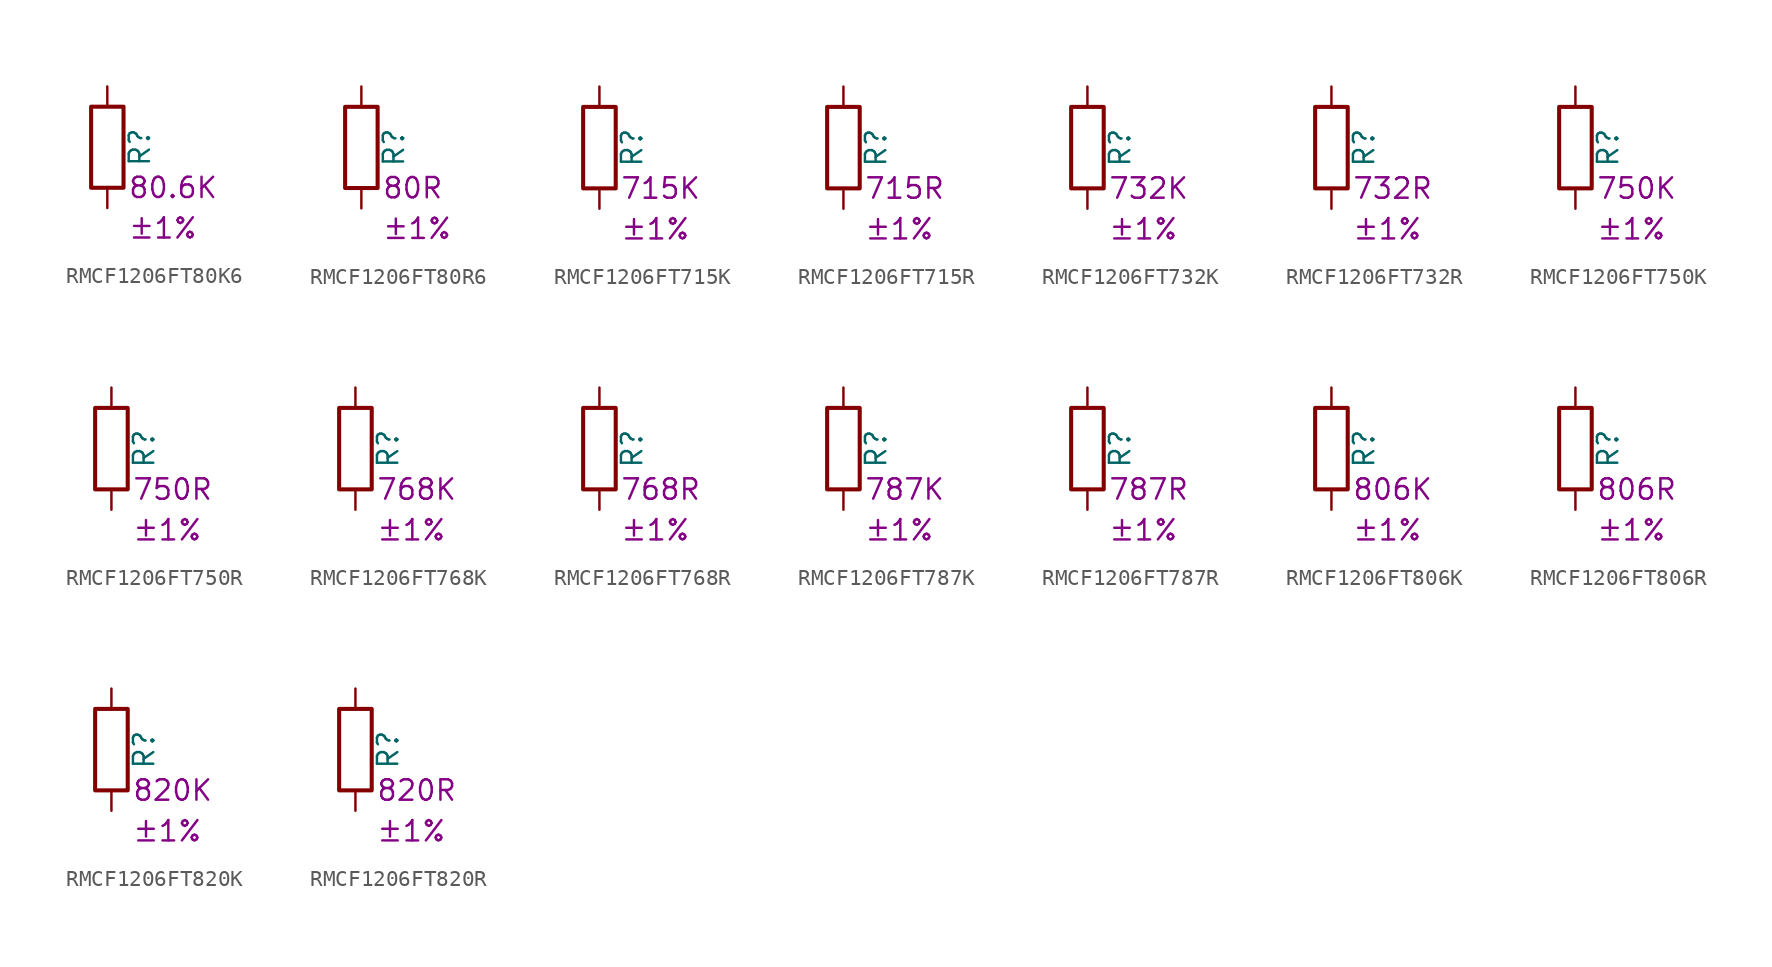
<source format=kicad_sym>
(kicad_symbol_lib
  (version 20220914)
  (generator kicad_symbol_editor)
  (symbol "RMCF1206FT80K6"
    (pin_numbers hide)
    (pin_names
      (offset 0))
    (property "Reference" "R"
      (at 2.032 0 90)
      (effects (font (size 1.27 1.27))))
    (property "Resistance" "80.6K"
      (at 1.27 -2.54 0)
      (effects (font (size 1.27 1.27)) (justify left)))
    (property "Tolerance" "±1%"
      (at 1.27 -5.08 0)
      (effects (font (size 1.27 1.27)) (justify left)))
    (symbol "RMCF1206FT80K6_0_1"
      (rectangle (start -1.016 -2.54) (end 1.016 2.54) (stroke (width 0.254) (type default)) (fill (type none))))
    (symbol "RMCF1206FT80K6_1_1"
      (pin passive line (at 0 3.81 270) (length 1.27) (name "~" (effects (font (size 1.27 1.27)))) (number "1" (effects (font (size 1.27 1.27)))))
      (pin passive line (at 0 -3.81 90) (length 1.27) (name "~" (effects (font (size 1.27 1.27)))) (number "2" (effects (font (size 1.27 1.27)))))))
  (symbol "RMCF1206FT80R6"
    (pin_numbers hide)
    (pin_names
      (offset 0))
    (property "Reference" "R"
      (at 2.032 0 90)
      (effects (font (size 1.27 1.27))))
    (property "Resistance" "80R"
      (at 1.27 -2.54 0)
      (effects (font (size 1.27 1.27)) (justify left)))
    (property "Tolerance" "±1%"
      (at 1.27 -5.08 0)
      (effects (font (size 1.27 1.27)) (justify left)))
    (symbol "RMCF1206FT80R6_0_1"
      (rectangle (start -1.016 -2.54) (end 1.016 2.54) (stroke (width 0.254) (type default)) (fill (type none))))
    (symbol "RMCF1206FT80R6_1_1"
      (pin passive line (at 0 3.81 270) (length 1.27) (name "~" (effects (font (size 1.27 1.27)))) (number "1" (effects (font (size 1.27 1.27)))))
      (pin passive line (at 0 -3.81 90) (length 1.27) (name "~" (effects (font (size 1.27 1.27)))) (number "2" (effects (font (size 1.27 1.27)))))))
  (symbol "RMCF1206FT715K"
    (pin_numbers hide)
    (pin_names
      (offset 0))
    (property "Reference" "R"
      (at 2.032 0 90)
      (effects (font (size 1.27 1.27))))
    (property "Resistance" "715K"
      (at 1.27 -2.54 0)
      (effects (font (size 1.27 1.27)) (justify left)))
    (property "Tolerance" "±1%"
      (at 1.27 -5.08 0)
      (effects (font (size 1.27 1.27)) (justify left)))
    (symbol "RMCF1206FT715K_0_1"
      (rectangle (start -1.016 -2.54) (end 1.016 2.54) (stroke (width 0.254) (type default)) (fill (type none))))
    (symbol "RMCF1206FT715K_1_1"
      (pin passive line (at 0 3.81 270) (length 1.27) (name "~" (effects (font (size 1.27 1.27)))) (number "1" (effects (font (size 1.27 1.27)))))
      (pin passive line (at 0 -3.81 90) (length 1.27) (name "~" (effects (font (size 1.27 1.27)))) (number "2" (effects (font (size 1.27 1.27)))))))
  (symbol "RMCF1206FT715R"
    (pin_numbers hide)
    (pin_names
      (offset 0))
    (property "Reference" "R"
      (at 2.032 0 90)
      (effects (font (size 1.27 1.27))))
    (property "Resistance" "715R"
      (at 1.27 -2.54 0)
      (effects (font (size 1.27 1.27)) (justify left)))
    (property "Tolerance" "±1%"
      (at 1.27 -5.08 0)
      (effects (font (size 1.27 1.27)) (justify left)))
    (symbol "RMCF1206FT715R_0_1"
      (rectangle (start -1.016 -2.54) (end 1.016 2.54) (stroke (width 0.254) (type default)) (fill (type none))))
    (symbol "RMCF1206FT715R_1_1"
      (pin passive line (at 0 3.81 270) (length 1.27) (name "~" (effects (font (size 1.27 1.27)))) (number "1" (effects (font (size 1.27 1.27)))))
      (pin passive line (at 0 -3.81 90) (length 1.27) (name "~" (effects (font (size 1.27 1.27)))) (number "2" (effects (font (size 1.27 1.27)))))))
  (symbol "RMCF1206FT732K"
    (pin_numbers hide)
    (pin_names
      (offset 0))
    (property "Reference" "R"
      (at 2.032 0 90)
      (effects (font (size 1.27 1.27))))
    (property "Resistance" "732K"
      (at 1.27 -2.54 0)
      (effects (font (size 1.27 1.27)) (justify left)))
    (property "Tolerance" "±1%"
      (at 1.27 -5.08 0)
      (effects (font (size 1.27 1.27)) (justify left)))
    (symbol "RMCF1206FT732K_0_1"
      (rectangle (start -1.016 -2.54) (end 1.016 2.54) (stroke (width 0.254) (type default)) (fill (type none))))
    (symbol "RMCF1206FT732K_1_1"
      (pin passive line (at 0 3.81 270) (length 1.27) (name "~" (effects (font (size 1.27 1.27)))) (number "1" (effects (font (size 1.27 1.27)))))
      (pin passive line (at 0 -3.81 90) (length 1.27) (name "~" (effects (font (size 1.27 1.27)))) (number "2" (effects (font (size 1.27 1.27)))))))
  (symbol "RMCF1206FT732R"
    (pin_numbers hide)
    (pin_names
      (offset 0))
    (property "Reference" "R"
      (at 2.032 0 90)
      (effects (font (size 1.27 1.27))))
    (property "Resistance" "732R"
      (at 1.27 -2.54 0)
      (effects (font (size 1.27 1.27)) (justify left)))
    (property "Tolerance" "±1%"
      (at 1.27 -5.08 0)
      (effects (font (size 1.27 1.27)) (justify left)))
    (symbol "RMCF1206FT732R_0_1"
      (rectangle (start -1.016 -2.54) (end 1.016 2.54) (stroke (width 0.254) (type default)) (fill (type none))))
    (symbol "RMCF1206FT732R_1_1"
      (pin passive line (at 0 3.81 270) (length 1.27) (name "~" (effects (font (size 1.27 1.27)))) (number "1" (effects (font (size 1.27 1.27)))))
      (pin passive line (at 0 -3.81 90) (length 1.27) (name "~" (effects (font (size 1.27 1.27)))) (number "2" (effects (font (size 1.27 1.27)))))))
  (symbol "RMCF1206FT750K"
    (pin_numbers hide)
    (pin_names
      (offset 0))
    (property "Reference" "R"
      (at 2.032 0 90)
      (effects (font (size 1.27 1.27))))
    (property "Resistance" "750K"
      (at 1.27 -2.54 0)
      (effects (font (size 1.27 1.27)) (justify left)))
    (property "Tolerance" "±1%"
      (at 1.27 -5.08 0)
      (effects (font (size 1.27 1.27)) (justify left)))
    (symbol "RMCF1206FT750K_0_1"
      (rectangle (start -1.016 -2.54) (end 1.016 2.54) (stroke (width 0.254) (type default)) (fill (type none))))
    (symbol "RMCF1206FT750K_1_1"
      (pin passive line (at 0 3.81 270) (length 1.27) (name "~" (effects (font (size 1.27 1.27)))) (number "1" (effects (font (size 1.27 1.27)))))
      (pin passive line (at 0 -3.81 90) (length 1.27) (name "~" (effects (font (size 1.27 1.27)))) (number "2" (effects (font (size 1.27 1.27)))))))
  (symbol "RMCF1206FT750R"
    (pin_numbers hide)
    (pin_names
      (offset 0))
    (property "Reference" "R"
      (at 2.032 0 90)
      (effects (font (size 1.27 1.27))))
    (property "Resistance" "750R"
      (at 1.27 -2.54 0)
      (effects (font (size 1.27 1.27)) (justify left)))
    (property "Tolerance" "±1%"
      (at 1.27 -5.08 0)
      (effects (font (size 1.27 1.27)) (justify left)))
    (symbol "RMCF1206FT750R_0_1"
      (rectangle (start -1.016 -2.54) (end 1.016 2.54) (stroke (width 0.254) (type default)) (fill (type none))))
    (symbol "RMCF1206FT750R_1_1"
      (pin passive line (at 0 3.81 270) (length 1.27) (name "~" (effects (font (size 1.27 1.27)))) (number "1" (effects (font (size 1.27 1.27)))))
      (pin passive line (at 0 -3.81 90) (length 1.27) (name "~" (effects (font (size 1.27 1.27)))) (number "2" (effects (font (size 1.27 1.27)))))))
  (symbol "RMCF1206FT768K"
    (pin_numbers hide)
    (pin_names
      (offset 0))
    (property "Reference" "R"
      (at 2.032 0 90)
      (effects (font (size 1.27 1.27))))
    (property "Resistance" "768K"
      (at 1.27 -2.54 0)
      (effects (font (size 1.27 1.27)) (justify left)))
    (property "Tolerance" "±1%"
      (at 1.27 -5.08 0)
      (effects (font (size 1.27 1.27)) (justify left)))
    (symbol "RMCF1206FT768K_0_1"
      (rectangle (start -1.016 -2.54) (end 1.016 2.54) (stroke (width 0.254) (type default)) (fill (type none))))
    (symbol "RMCF1206FT768K_1_1"
      (pin passive line (at 0 3.81 270) (length 1.27) (name "~" (effects (font (size 1.27 1.27)))) (number "1" (effects (font (size 1.27 1.27)))))
      (pin passive line (at 0 -3.81 90) (length 1.27) (name "~" (effects (font (size 1.27 1.27)))) (number "2" (effects (font (size 1.27 1.27)))))))
  (symbol "RMCF1206FT768R"
    (pin_numbers hide)
    (pin_names
      (offset 0))
    (property "Reference" "R"
      (at 2.032 0 90)
      (effects (font (size 1.27 1.27))))
    (property "Resistance" "768R"
      (at 1.27 -2.54 0)
      (effects (font (size 1.27 1.27)) (justify left)))
    (property "Tolerance" "±1%"
      (at 1.27 -5.08 0)
      (effects (font (size 1.27 1.27)) (justify left)))
    (symbol "RMCF1206FT768R_0_1"
      (rectangle (start -1.016 -2.54) (end 1.016 2.54) (stroke (width 0.254) (type default)) (fill (type none))))
    (symbol "RMCF1206FT768R_1_1"
      (pin passive line (at 0 3.81 270) (length 1.27) (name "~" (effects (font (size 1.27 1.27)))) (number "1" (effects (font (size 1.27 1.27)))))
      (pin passive line (at 0 -3.81 90) (length 1.27) (name "~" (effects (font (size 1.27 1.27)))) (number "2" (effects (font (size 1.27 1.27)))))))
  (symbol "RMCF1206FT787K"
    (pin_numbers hide)
    (pin_names
      (offset 0))
    (property "Reference" "R"
      (at 2.032 0 90)
      (effects (font (size 1.27 1.27))))
    (property "Resistance" "787K"
      (at 1.27 -2.54 0)
      (effects (font (size 1.27 1.27)) (justify left)))
    (property "Tolerance" "±1%"
      (at 1.27 -5.08 0)
      (effects (font (size 1.27 1.27)) (justify left)))
    (symbol "RMCF1206FT787K_0_1"
      (rectangle (start -1.016 -2.54) (end 1.016 2.54) (stroke (width 0.254) (type default)) (fill (type none))))
    (symbol "RMCF1206FT787K_1_1"
      (pin passive line (at 0 3.81 270) (length 1.27) (name "~" (effects (font (size 1.27 1.27)))) (number "1" (effects (font (size 1.27 1.27)))))
      (pin passive line (at 0 -3.81 90) (length 1.27) (name "~" (effects (font (size 1.27 1.27)))) (number "2" (effects (font (size 1.27 1.27)))))))
  (symbol "RMCF1206FT787R"
    (pin_numbers hide)
    (pin_names
      (offset 0))
    (property "Reference" "R"
      (at 2.032 0 90)
      (effects (font (size 1.27 1.27))))
    (property "Resistance" "787R"
      (at 1.27 -2.54 0)
      (effects (font (size 1.27 1.27)) (justify left)))
    (property "Tolerance" "±1%"
      (at 1.27 -5.08 0)
      (effects (font (size 1.27 1.27)) (justify left)))
    (symbol "RMCF1206FT787R_0_1"
      (rectangle (start -1.016 -2.54) (end 1.016 2.54) (stroke (width 0.254) (type default)) (fill (type none))))
    (symbol "RMCF1206FT787R_1_1"
      (pin passive line (at 0 3.81 270) (length 1.27) (name "~" (effects (font (size 1.27 1.27)))) (number "1" (effects (font (size 1.27 1.27)))))
      (pin passive line (at 0 -3.81 90) (length 1.27) (name "~" (effects (font (size 1.27 1.27)))) (number "2" (effects (font (size 1.27 1.27)))))))
  (symbol "RMCF1206FT806K"
    (pin_numbers hide)
    (pin_names
      (offset 0))
    (property "Reference" "R"
      (at 2.032 0 90)
      (effects (font (size 1.27 1.27))))
    (property "Resistance" "806K"
      (at 1.27 -2.54 0)
      (effects (font (size 1.27 1.27)) (justify left)))
    (property "Tolerance" "±1%"
      (at 1.27 -5.08 0)
      (effects (font (size 1.27 1.27)) (justify left)))
    (symbol "RMCF1206FT806K_0_1"
      (rectangle (start -1.016 -2.54) (end 1.016 2.54) (stroke (width 0.254) (type default)) (fill (type none))))
    (symbol "RMCF1206FT806K_1_1"
      (pin passive line (at 0 3.81 270) (length 1.27) (name "~" (effects (font (size 1.27 1.27)))) (number "1" (effects (font (size 1.27 1.27)))))
      (pin passive line (at 0 -3.81 90) (length 1.27) (name "~" (effects (font (size 1.27 1.27)))) (number "2" (effects (font (size 1.27 1.27)))))))
  (symbol "RMCF1206FT806R"
    (pin_numbers hide)
    (pin_names
      (offset 0))
    (property "Reference" "R"
      (at 2.032 0 90)
      (effects (font (size 1.27 1.27))))
    (property "Resistance" "806R"
      (at 1.27 -2.54 0)
      (effects (font (size 1.27 1.27)) (justify left)))
    (property "Tolerance" "±1%"
      (at 1.27 -5.08 0)
      (effects (font (size 1.27 1.27)) (justify left)))
    (symbol "RMCF1206FT806R_0_1"
      (rectangle (start -1.016 -2.54) (end 1.016 2.54) (stroke (width 0.254) (type default)) (fill (type none))))
    (symbol "RMCF1206FT806R_1_1"
      (pin passive line (at 0 3.81 270) (length 1.27) (name "~" (effects (font (size 1.27 1.27)))) (number "1" (effects (font (size 1.27 1.27)))))
      (pin passive line (at 0 -3.81 90) (length 1.27) (name "~" (effects (font (size 1.27 1.27)))) (number "2" (effects (font (size 1.27 1.27)))))))
  (symbol "RMCF1206FT820K"
    (pin_numbers hide)
    (pin_names
      (offset 0))
    (property "Reference" "R"
      (at 2.032 0 90)
      (effects (font (size 1.27 1.27))))
    (property "Resistance" "820K"
      (at 1.27 -2.54 0)
      (effects (font (size 1.27 1.27)) (justify left)))
    (property "Tolerance" "±1%"
      (at 1.27 -5.08 0)
      (effects (font (size 1.27 1.27)) (justify left)))
    (symbol "RMCF1206FT820K_0_1"
      (rectangle (start -1.016 -2.54) (end 1.016 2.54) (stroke (width 0.254) (type default)) (fill (type none))))
    (symbol "RMCF1206FT820K_1_1"
      (pin passive line (at 0 3.81 270) (length 1.27) (name "~" (effects (font (size 1.27 1.27)))) (number "1" (effects (font (size 1.27 1.27)))))
      (pin passive line (at 0 -3.81 90) (length 1.27) (name "~" (effects (font (size 1.27 1.27)))) (number "2" (effects (font (size 1.27 1.27)))))))
  (symbol "RMCF1206FT820R"
    (pin_numbers hide)
    (pin_names
      (offset 0))
    (property "Reference" "R"
      (at 2.032 0 90)
      (effects (font (size 1.27 1.27))))
    (property "Resistance" "820R"
      (at 1.27 -2.54 0)
      (effects (font (size 1.27 1.27)) (justify left)))
    (property "Tolerance" "±1%"
      (at 1.27 -5.08 0)
      (effects (font (size 1.27 1.27)) (justify left)))
    (symbol "RMCF1206FT820R_0_1"
      (rectangle (start -1.016 -2.54) (end 1.016 2.54) (stroke (width 0.254) (type default)) (fill (type none))))
    (symbol "RMCF1206FT820R_1_1"
      (pin passive line (at 0 3.81 270) (length 1.27) (name "~" (effects (font (size 1.27 1.27)))) (number "1" (effects (font (size 1.27 1.27)))))
      (pin passive line (at 0 -3.81 90) (length 1.27) (name "~" (effects (font (size 1.27 1.27)))) (number "2" (effects (font (size 1.27 1.27))))))))
</source>
